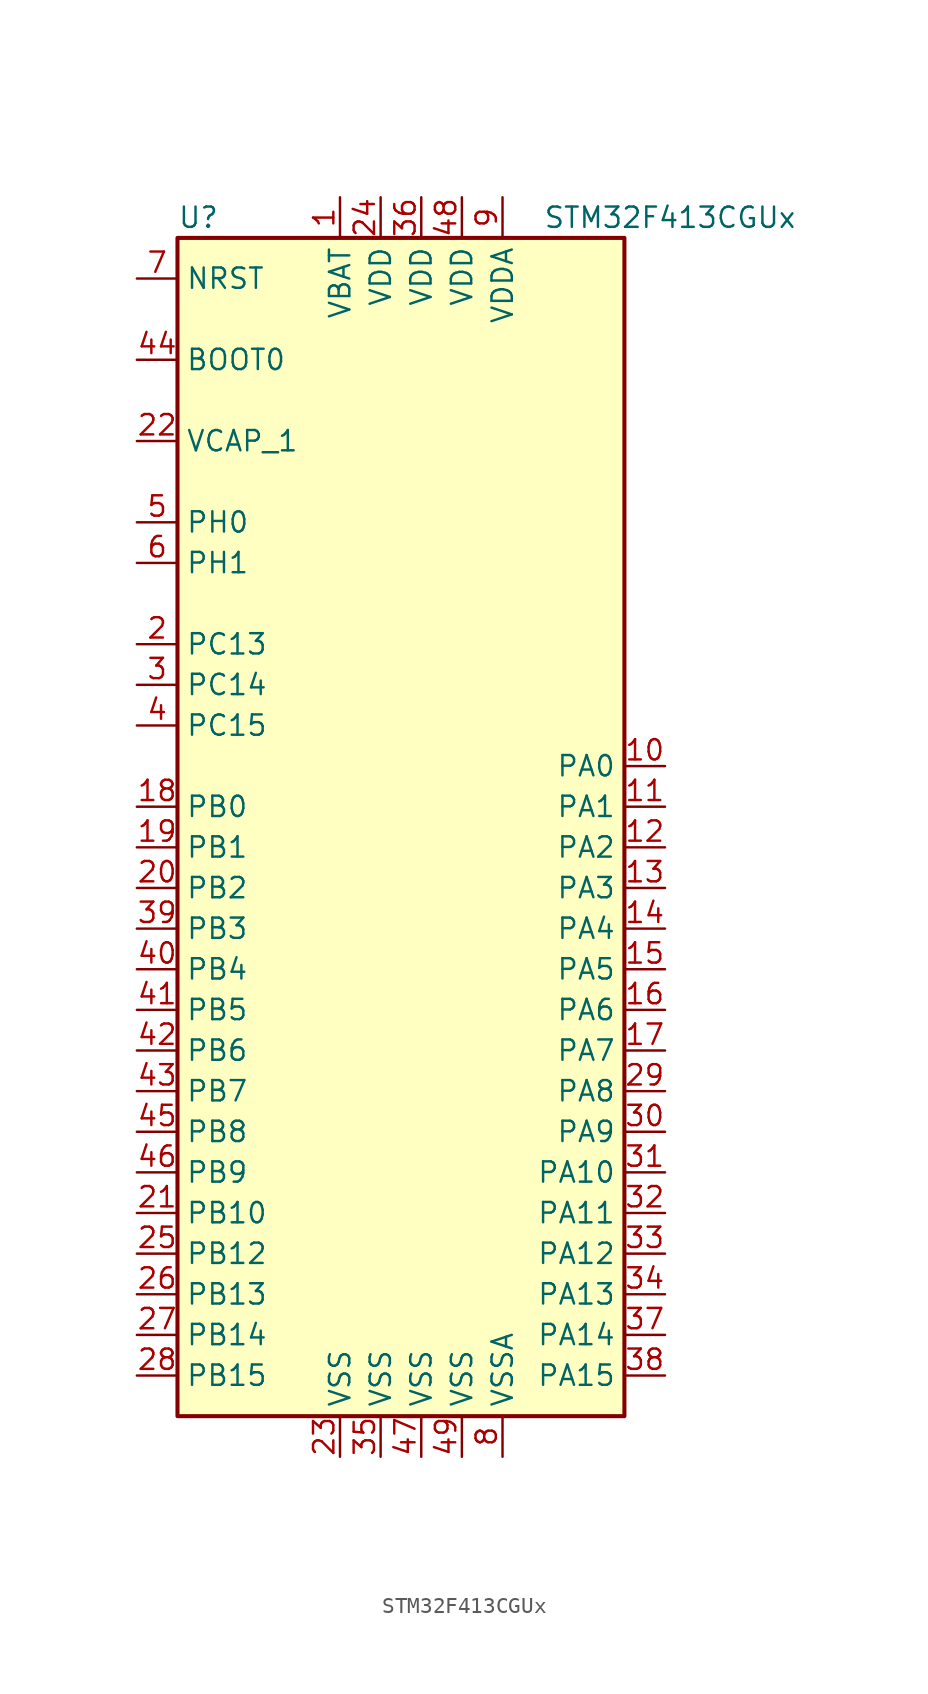
<source format=kicad_sym>
(kicad_symbol_lib
  (version 20201005)
  (generator kicad_symbol_editor)
  (symbol "STM32F413CGUx"
    (property "Reference" "U"
      (at -15.24 36.83 0)
      (effects (font (size 1.27 1.27)) (justify left)))
    (property "Value" "STM32F413CGUx"
      (at 7.62 36.83 0)
      (effects (font (size 1.27 1.27)) (justify left)))
    (symbol "STM32F413CGUx_0_1"
      (rectangle (start -15.24 -38.1) (end 12.7 35.56) (stroke (width 0.254)) (fill (type background))))
    (symbol "STM32F413CGUx_1_1"
      (pin input line (at -17.78 27.94 0) (length 2.54) (name "BOOT0" (effects (font (size 1.27 1.27)))) (number "44" (effects (font (size 1.27 1.27)))))
      (pin input line (at -17.78 33.02 0) (length 2.54) (name "NRST" (effects (font (size 1.27 1.27)))) (number "7" (effects (font (size 1.27 1.27)))))
      (pin bidirectional line (at 15.24 2.54 180) (length 2.54) (name "PA0" (effects (font (size 1.27 1.27)))) (number "10" (effects (font (size 1.27 1.27)))))
      (pin bidirectional line (at 15.24 0 180) (length 2.54) (name "PA1" (effects (font (size 1.27 1.27)))) (number "11" (effects (font (size 1.27 1.27)))))
      (pin bidirectional line (at 15.24 -22.86 180) (length 2.54) (name "PA10" (effects (font (size 1.27 1.27)))) (number "31" (effects (font (size 1.27 1.27)))))
      (pin bidirectional line (at 15.24 -25.4 180) (length 2.54) (name "PA11" (effects (font (size 1.27 1.27)))) (number "32" (effects (font (size 1.27 1.27)))))
      (pin bidirectional line (at 15.24 -27.94 180) (length 2.54) (name "PA12" (effects (font (size 1.27 1.27)))) (number "33" (effects (font (size 1.27 1.27)))))
      (pin bidirectional line (at 15.24 -30.48 180) (length 2.54) (name "PA13" (effects (font (size 1.27 1.27)))) (number "34" (effects (font (size 1.27 1.27)))))
      (pin bidirectional line (at 15.24 -33.02 180) (length 2.54) (name "PA14" (effects (font (size 1.27 1.27)))) (number "37" (effects (font (size 1.27 1.27)))))
      (pin bidirectional line (at 15.24 -35.56 180) (length 2.54) (name "PA15" (effects (font (size 1.27 1.27)))) (number "38" (effects (font (size 1.27 1.27)))))
      (pin bidirectional line (at 15.24 -2.54 180) (length 2.54) (name "PA2" (effects (font (size 1.27 1.27)))) (number "12" (effects (font (size 1.27 1.27)))))
      (pin bidirectional line (at 15.24 -5.08 180) (length 2.54) (name "PA3" (effects (font (size 1.27 1.27)))) (number "13" (effects (font (size 1.27 1.27)))))
      (pin bidirectional line (at 15.24 -7.62 180) (length 2.54) (name "PA4" (effects (font (size 1.27 1.27)))) (number "14" (effects (font (size 1.27 1.27)))))
      (pin bidirectional line (at 15.24 -10.16 180) (length 2.54) (name "PA5" (effects (font (size 1.27 1.27)))) (number "15" (effects (font (size 1.27 1.27)))))
      (pin bidirectional line (at 15.24 -12.7 180) (length 2.54) (name "PA6" (effects (font (size 1.27 1.27)))) (number "16" (effects (font (size 1.27 1.27)))))
      (pin bidirectional line (at 15.24 -15.24 180) (length 2.54) (name "PA7" (effects (font (size 1.27 1.27)))) (number "17" (effects (font (size 1.27 1.27)))))
      (pin bidirectional line (at 15.24 -17.78 180) (length 2.54) (name "PA8" (effects (font (size 1.27 1.27)))) (number "29" (effects (font (size 1.27 1.27)))))
      (pin bidirectional line (at 15.24 -20.32 180) (length 2.54) (name "PA9" (effects (font (size 1.27 1.27)))) (number "30" (effects (font (size 1.27 1.27)))))
      (pin bidirectional line (at -17.78 0 0) (length 2.54) (name "PB0" (effects (font (size 1.27 1.27)))) (number "18" (effects (font (size 1.27 1.27)))))
      (pin bidirectional line (at -17.78 -2.54 0) (length 2.54) (name "PB1" (effects (font (size 1.27 1.27)))) (number "19" (effects (font (size 1.27 1.27)))))
      (pin bidirectional line (at -17.78 -25.4 0) (length 2.54) (name "PB10" (effects (font (size 1.27 1.27)))) (number "21" (effects (font (size 1.27 1.27)))))
      (pin bidirectional line (at -17.78 -27.94 0) (length 2.54) (name "PB12" (effects (font (size 1.27 1.27)))) (number "25" (effects (font (size 1.27 1.27)))))
      (pin bidirectional line (at -17.78 -30.48 0) (length 2.54) (name "PB13" (effects (font (size 1.27 1.27)))) (number "26" (effects (font (size 1.27 1.27)))))
      (pin bidirectional line (at -17.78 -33.02 0) (length 2.54) (name "PB14" (effects (font (size 1.27 1.27)))) (number "27" (effects (font (size 1.27 1.27)))))
      (pin bidirectional line (at -17.78 -35.56 0) (length 2.54) (name "PB15" (effects (font (size 1.27 1.27)))) (number "28" (effects (font (size 1.27 1.27)))))
      (pin bidirectional line (at -17.78 -5.08 0) (length 2.54) (name "PB2" (effects (font (size 1.27 1.27)))) (number "20" (effects (font (size 1.27 1.27)))))
      (pin bidirectional line (at -17.78 -7.62 0) (length 2.54) (name "PB3" (effects (font (size 1.27 1.27)))) (number "39" (effects (font (size 1.27 1.27)))))
      (pin bidirectional line (at -17.78 -10.16 0) (length 2.54) (name "PB4" (effects (font (size 1.27 1.27)))) (number "40" (effects (font (size 1.27 1.27)))))
      (pin bidirectional line (at -17.78 -12.7 0) (length 2.54) (name "PB5" (effects (font (size 1.27 1.27)))) (number "41" (effects (font (size 1.27 1.27)))))
      (pin bidirectional line (at -17.78 -15.24 0) (length 2.54) (name "PB6" (effects (font (size 1.27 1.27)))) (number "42" (effects (font (size 1.27 1.27)))))
      (pin bidirectional line (at -17.78 -17.78 0) (length 2.54) (name "PB7" (effects (font (size 1.27 1.27)))) (number "43" (effects (font (size 1.27 1.27)))))
      (pin bidirectional line (at -17.78 -20.32 0) (length 2.54) (name "PB8" (effects (font (size 1.27 1.27)))) (number "45" (effects (font (size 1.27 1.27)))))
      (pin bidirectional line (at -17.78 -22.86 0) (length 2.54) (name "PB9" (effects (font (size 1.27 1.27)))) (number "46" (effects (font (size 1.27 1.27)))))
      (pin bidirectional line (at -17.78 10.16 0) (length 2.54) (name "PC13" (effects (font (size 1.27 1.27)))) (number "2" (effects (font (size 1.27 1.27)))))
      (pin bidirectional line (at -17.78 7.62 0) (length 2.54) (name "PC14" (effects (font (size 1.27 1.27)))) (number "3" (effects (font (size 1.27 1.27)))))
      (pin bidirectional line (at -17.78 5.08 0) (length 2.54) (name "PC15" (effects (font (size 1.27 1.27)))) (number "4" (effects (font (size 1.27 1.27)))))
      (pin input line (at -17.78 17.78 0) (length 2.54) (name "PH0" (effects (font (size 1.27 1.27)))) (number "5" (effects (font (size 1.27 1.27)))))
      (pin input line (at -17.78 15.24 0) (length 2.54) (name "PH1" (effects (font (size 1.27 1.27)))) (number "6" (effects (font (size 1.27 1.27)))))
      (pin power_in line (at -5.08 38.1 270) (length 2.54) (name "VBAT" (effects (font (size 1.27 1.27)))) (number "1" (effects (font (size 1.27 1.27)))))
      (pin power_in line (at -17.78 22.86 0) (length 2.54) (name "VCAP_1" (effects (font (size 1.27 1.27)))) (number "22" (effects (font (size 1.27 1.27)))))
      (pin power_in line (at -2.54 38.1 270) (length 2.54) (name "VDD" (effects (font (size 1.27 1.27)))) (number "24" (effects (font (size 1.27 1.27)))))
      (pin power_in line (at 0 38.1 270) (length 2.54) (name "VDD" (effects (font (size 1.27 1.27)))) (number "36" (effects (font (size 1.27 1.27)))))
      (pin power_in line (at 2.54 38.1 270) (length 2.54) (name "VDD" (effects (font (size 1.27 1.27)))) (number "48" (effects (font (size 1.27 1.27)))))
      (pin power_in line (at 5.08 38.1 270) (length 2.54) (name "VDDA" (effects (font (size 1.27 1.27)))) (number "9" (effects (font (size 1.27 1.27)))))
      (pin power_in line (at -5.08 -40.64 90) (length 2.54) (name "VSS" (effects (font (size 1.27 1.27)))) (number "23" (effects (font (size 1.27 1.27)))))
      (pin power_in line (at -2.54 -40.64 90) (length 2.54) (name "VSS" (effects (font (size 1.27 1.27)))) (number "35" (effects (font (size 1.27 1.27)))))
      (pin power_in line (at 0 -40.64 90) (length 2.54) (name "VSS" (effects (font (size 1.27 1.27)))) (number "47" (effects (font (size 1.27 1.27)))))
      (pin power_in line (at 2.54 -40.64 90) (length 2.54) (name "VSS" (effects (font (size 1.27 1.27)))) (number "49" (effects (font (size 1.27 1.27)))))
      (pin power_in line (at 5.08 -40.64 90) (length 2.54) (name "VSSA" (effects (font (size 1.27 1.27)))) (number "8" (effects (font (size 1.27 1.27))))))))
</source>
